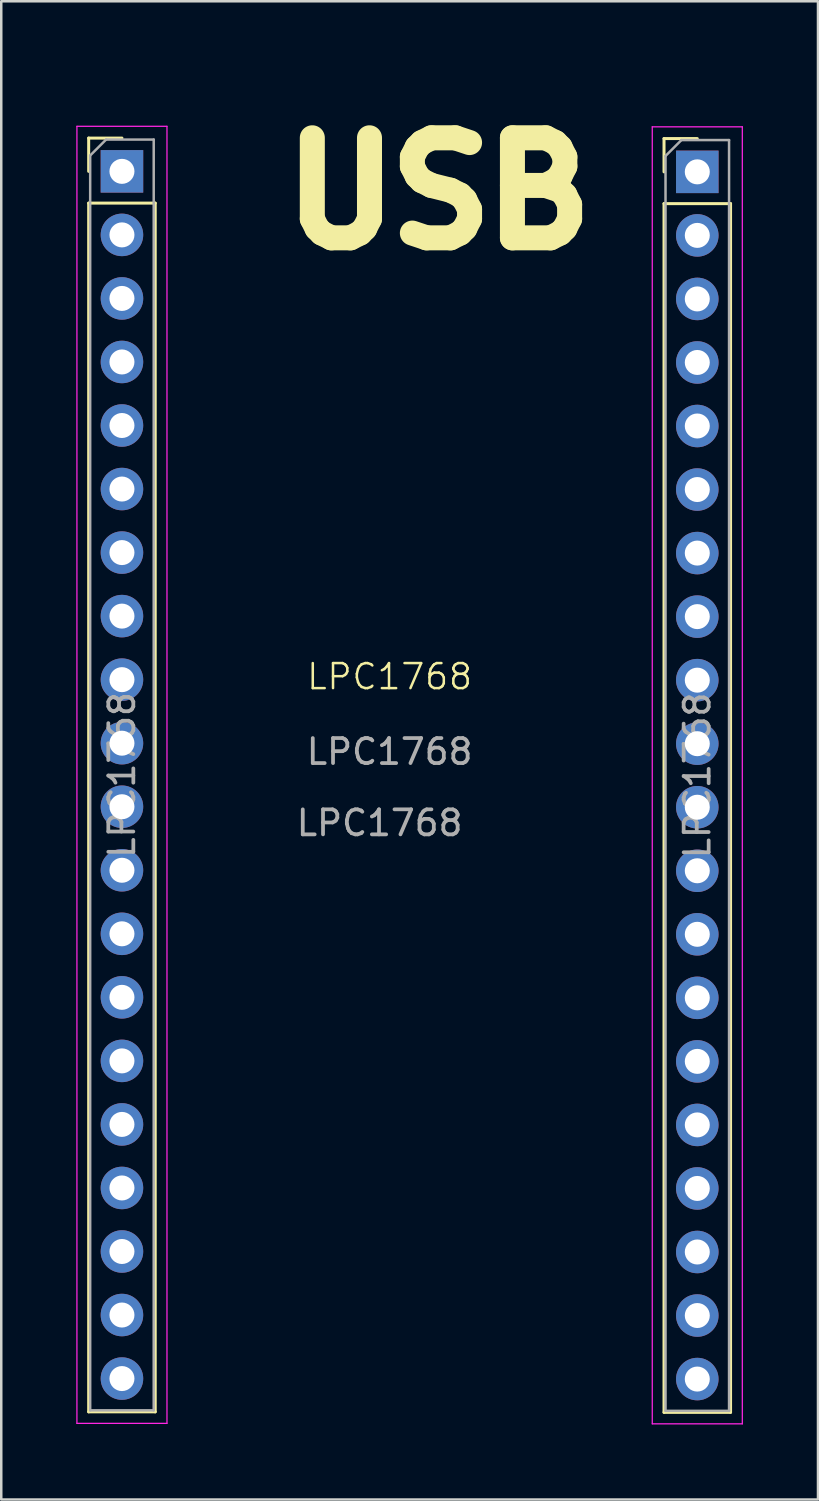
<source format=kicad_pcb>
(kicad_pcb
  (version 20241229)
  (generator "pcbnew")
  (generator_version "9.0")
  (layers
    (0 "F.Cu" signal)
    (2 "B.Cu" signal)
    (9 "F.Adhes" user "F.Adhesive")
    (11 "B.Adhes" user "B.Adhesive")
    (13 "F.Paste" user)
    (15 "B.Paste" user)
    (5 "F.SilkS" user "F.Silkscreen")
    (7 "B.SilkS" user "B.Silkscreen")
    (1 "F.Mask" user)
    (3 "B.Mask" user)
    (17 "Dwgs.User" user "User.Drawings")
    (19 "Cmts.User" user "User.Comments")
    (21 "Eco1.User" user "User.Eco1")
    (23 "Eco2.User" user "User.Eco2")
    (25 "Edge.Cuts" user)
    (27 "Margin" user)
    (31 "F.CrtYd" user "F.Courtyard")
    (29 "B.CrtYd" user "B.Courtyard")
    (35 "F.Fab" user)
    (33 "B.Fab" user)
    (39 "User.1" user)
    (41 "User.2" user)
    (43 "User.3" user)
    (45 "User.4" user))
  (footprint "LPC1768"
    (layer "F.Cu")
    (at 15.825 28.5)
    (property "Reference" "LPC1768" (at -3.3 -4.5 0) (unlocked yes) (layer "F.SilkS") (effects (font (size 1 1) (thickness 0.1))))
    (attr through_hole)
    (fp_line (start -15.33 -26.03) (end -14 -26.03) (stroke (width 0.12) (type solid)) (layer "F.SilkS"))
    (fp_line (start -15.33 -24.7) (end -15.33 -26.03) (stroke (width 0.12) (type solid)) (layer "F.SilkS"))
    (fp_line (start -15.33 -23.43) (end -15.33 24.89) (stroke (width 0.12) (type solid)) (layer "F.SilkS"))
    (fp_line (start -15.33 -23.43) (end -12.67 -23.43) (stroke (width 0.12) (type solid)) (layer "F.SilkS"))
    (fp_line (start -15.33 24.89) (end -12.67 24.89) (stroke (width 0.12) (type solid)) (layer "F.SilkS"))
    (fp_line (start -12.67 -23.43) (end -12.67 24.89) (stroke (width 0.12) (type solid)) (layer "F.SilkS"))
    (fp_line (start 7.67 -26.01) (end 9 -26.01) (stroke (width 0.12) (type solid)) (layer "F.SilkS"))
    (fp_line (start 7.67 -24.68) (end 7.67 -26.01) (stroke (width 0.12) (type solid)) (layer "F.SilkS"))
    (fp_line (start 7.67 -23.41) (end 7.67 24.91) (stroke (width 0.12) (type solid)) (layer "F.SilkS"))
    (fp_line (start 7.67 -23.41) (end 10.33 -23.41) (stroke (width 0.12) (type solid)) (layer "F.SilkS"))
    (fp_line (start 7.67 24.91) (end 10.33 24.91) (stroke (width 0.12) (type solid)) (layer "F.SilkS"))
    (fp_line (start 10.33 -23.41) (end 10.33 24.91) (stroke (width 0.12) (type solid)) (layer "F.SilkS"))
    (fp_line (start -15.8 -26.5) (end -15.8 25.35) (stroke (width 0.05) (type solid)) (layer "F.CrtYd"))
    (fp_line (start -15.8 25.35) (end -12.2 25.35) (stroke (width 0.05) (type solid)) (layer "F.CrtYd"))
    (fp_line (start -12.2 -26.5) (end -15.8 -26.5) (stroke (width 0.05) (type solid)) (layer "F.CrtYd"))
    (fp_line (start -12.2 25.35) (end -12.2 -26.5) (stroke (width 0.05) (type solid)) (layer "F.CrtYd"))
    (fp_line (start 7.2 -26.48) (end 7.2 25.37) (stroke (width 0.05) (type solid)) (layer "F.CrtYd"))
    (fp_line (start 7.2 25.37) (end 10.8 25.37) (stroke (width 0.05) (type solid)) (layer "F.CrtYd"))
    (fp_line (start 10.8 -26.48) (end 7.2 -26.48) (stroke (width 0.05) (type solid)) (layer "F.CrtYd"))
    (fp_line (start 10.8 25.37) (end 10.8 -26.48) (stroke (width 0.05) (type solid)) (layer "F.CrtYd"))
    (fp_line (start -15.27 -25.335) (end -14.635 -25.97) (stroke (width 0.1) (type solid)) (layer "F.Fab"))
    (fp_line (start -15.27 24.83) (end -15.27 -25.335) (stroke (width 0.1) (type solid)) (layer "F.Fab"))
    (fp_line (start -14.635 -25.97) (end -12.73 -25.97) (stroke (width 0.1) (type solid)) (layer "F.Fab"))
    (fp_line (start -12.73 -25.97) (end -12.73 24.83) (stroke (width 0.1) (type solid)) (layer "F.Fab"))
    (fp_line (start -12.73 24.83) (end -15.27 24.83) (stroke (width 0.1) (type solid)) (layer "F.Fab"))
    (fp_line (start 7.73 -25.315) (end 8.365 -25.95) (stroke (width 0.1) (type solid)) (layer "F.Fab"))
    (fp_line (start 7.73 24.85) (end 7.73 -25.315) (stroke (width 0.1) (type solid)) (layer "F.Fab"))
    (fp_line (start 8.365 -25.95) (end 10.27 -25.95) (stroke (width 0.1) (type solid)) (layer "F.Fab"))
    (fp_line (start 10.27 -25.95) (end 10.27 24.85) (stroke (width 0.1) (type solid)) (layer "F.Fab"))
    (fp_line (start 10.27 24.85) (end 7.73 24.85) (stroke (width 0.1) (type solid)) (layer "F.Fab"))
    (fp_text user "USB" (at -8 -21.5 0) (unlocked yes) (layer "F.SilkS") (effects (font (size 4 4) (thickness 1) (bold yes)) (justify left bottom)))
    (fp_text user "${REFERENCE}" (at 9 -0.55 90) (layer "F.Fab") (effects (font (size 1 1) (thickness 0.15))))
    (fp_text user "${REFERENCE}" (at -3.7 1.35 0) (unlocked yes) (layer "F.Fab") (effects (font (size 1 1) (thickness 0.15))))
    (fp_text user "${REFERENCE}" (at -14 -0.57 90) (layer "F.Fab") (effects (font (size 1 1) (thickness 0.15))))
    (fp_text user "${REFERENCE}" (at -3.3 -1.5 0) (unlocked yes) (layer "F.Fab") (effects (font (size 1 1) (thickness 0.15))))
    (pad "1" thru_hole rect (at -14 -24.7) (size 1.7 1.7) (drill 1) (layers "*.Cu" "*.Mask"))
    (pad "2" thru_hole oval (at -14 -22.16) (size 1.7 1.7) (drill 1) (layers "*.Cu" "*.Mask"))
    (pad "3" thru_hole oval (at -14 -19.62) (size 1.7 1.7) (drill 1) (layers "*.Cu" "*.Mask"))
    (pad "4" thru_hole oval (at -14 -17.08) (size 1.7 1.7) (drill 1) (layers "*.Cu" "*.Mask"))
    (pad "5" thru_hole oval (at -14 -14.54) (size 1.7 1.7) (drill 1) (layers "*.Cu" "*.Mask"))
    (pad "6" thru_hole oval (at -14 -12) (size 1.7 1.7) (drill 1) (layers "*.Cu" "*.Mask"))
    (pad "7" thru_hole oval (at -14 -9.46) (size 1.7 1.7) (drill 1) (layers "*.Cu" "*.Mask"))
    (pad "8" thru_hole oval (at -14 -6.92) (size 1.7 1.7) (drill 1) (layers "*.Cu" "*.Mask"))
    (pad "9" thru_hole oval (at -14 -4.38) (size 1.7 1.7) (drill 1) (layers "*.Cu" "*.Mask"))
    (pad "10" thru_hole oval (at -14 -1.84) (size 1.7 1.7) (drill 1) (layers "*.Cu" "*.Mask"))
    (pad "11" thru_hole oval (at -14 0.7) (size 1.7 1.7) (drill 1) (layers "*.Cu" "*.Mask"))
    (pad "12" thru_hole oval (at -14 3.24) (size 1.7 1.7) (drill 1) (layers "*.Cu" "*.Mask"))
    (pad "13" thru_hole oval (at -14 5.78) (size 1.7 1.7) (drill 1) (layers "*.Cu" "*.Mask"))
    (pad "14" thru_hole oval (at -14 8.32) (size 1.7 1.7) (drill 1) (layers "*.Cu" "*.Mask"))
    (pad "15" thru_hole oval (at -14 10.86) (size 1.7 1.7) (drill 1) (layers "*.Cu" "*.Mask"))
    (pad "16" thru_hole oval (at -14 13.4) (size 1.7 1.7) (drill 1) (layers "*.Cu" "*.Mask"))
    (pad "17" thru_hole oval (at -14 15.94) (size 1.7 1.7) (drill 1) (layers "*.Cu" "*.Mask"))
    (pad "18" thru_hole oval (at -14 18.48) (size 1.7 1.7) (drill 1) (layers "*.Cu" "*.Mask"))
    (pad "19" thru_hole oval (at -14 21.02) (size 1.7 1.7) (drill 1) (layers "*.Cu" "*.Mask"))
    (pad "20" thru_hole oval (at -14 23.56) (size 1.7 1.7) (drill 1) (layers "*.Cu" "*.Mask"))
    (pad "21" thru_hole oval (at 9 23.58) (size 1.7 1.7) (drill 1) (layers "*.Cu" "*.Mask"))
    (pad "22" thru_hole oval (at 9 21.04) (size 1.7 1.7) (drill 1) (layers "*.Cu" "*.Mask"))
    (pad "23" thru_hole oval (at 9 18.5) (size 1.7 1.7) (drill 1) (layers "*.Cu" "*.Mask"))
    (pad "24" thru_hole oval (at 9 15.96) (size 1.7 1.7) (drill 1) (layers "*.Cu" "*.Mask"))
    (pad "25" thru_hole oval (at 9 13.42) (size 1.7 1.7) (drill 1) (layers "*.Cu" "*.Mask"))
    (pad "26" thru_hole oval (at 9 10.88) (size 1.7 1.7) (drill 1) (layers "*.Cu" "*.Mask"))
    (pad "27" thru_hole oval (at 9 8.34) (size 1.7 1.7) (drill 1) (layers "*.Cu" "*.Mask"))
    (pad "28" thru_hole oval (at 9 5.8) (size 1.7 1.7) (drill 1) (layers "*.Cu" "*.Mask"))
    (pad "29" thru_hole oval (at 9 3.26) (size 1.7 1.7) (drill 1) (layers "*.Cu" "*.Mask"))
    (pad "30" thru_hole oval (at 9 0.72) (size 1.7 1.7) (drill 1) (layers "*.Cu" "*.Mask"))
    (pad "31" thru_hole oval (at 9 -1.82) (size 1.7 1.7) (drill 1) (layers "*.Cu" "*.Mask"))
    (pad "32" thru_hole oval (at 9 -4.36) (size 1.7 1.7) (drill 1) (layers "*.Cu" "*.Mask"))
    (pad "33" thru_hole oval (at 9 -6.9) (size 1.7 1.7) (drill 1) (layers "*.Cu" "*.Mask"))
    (pad "34" thru_hole oval (at 9 -9.44) (size 1.7 1.7) (drill 1) (layers "*.Cu" "*.Mask"))
    (pad "35" thru_hole oval (at 9 -11.98) (size 1.7 1.7) (drill 1) (layers "*.Cu" "*.Mask"))
    (pad "36" thru_hole oval (at 9 -14.52) (size 1.7 1.7) (drill 1) (layers "*.Cu" "*.Mask"))
    (pad "37" thru_hole oval (at 9 -17.06) (size 1.7 1.7) (drill 1) (layers "*.Cu" "*.Mask"))
    (pad "38" thru_hole oval (at 9 -19.6) (size 1.7 1.7) (drill 1) (layers "*.Cu" "*.Mask"))
    (pad "39" thru_hole oval (at 9 -22.14) (size 1.7 1.7) (drill 1) (layers "*.Cu" "*.Mask"))
    (pad "40" thru_hole rect (at 9 -24.68) (size 1.7 1.7) (drill 1) (layers "*.Cu" "*.Mask")))
  (gr_rect
    (start -3 -3)
    (end 29.65 56.895)
    (stroke (width 0.1) (type default))
    (fill no)
    (layer "Edge.Cuts")))
</source>
